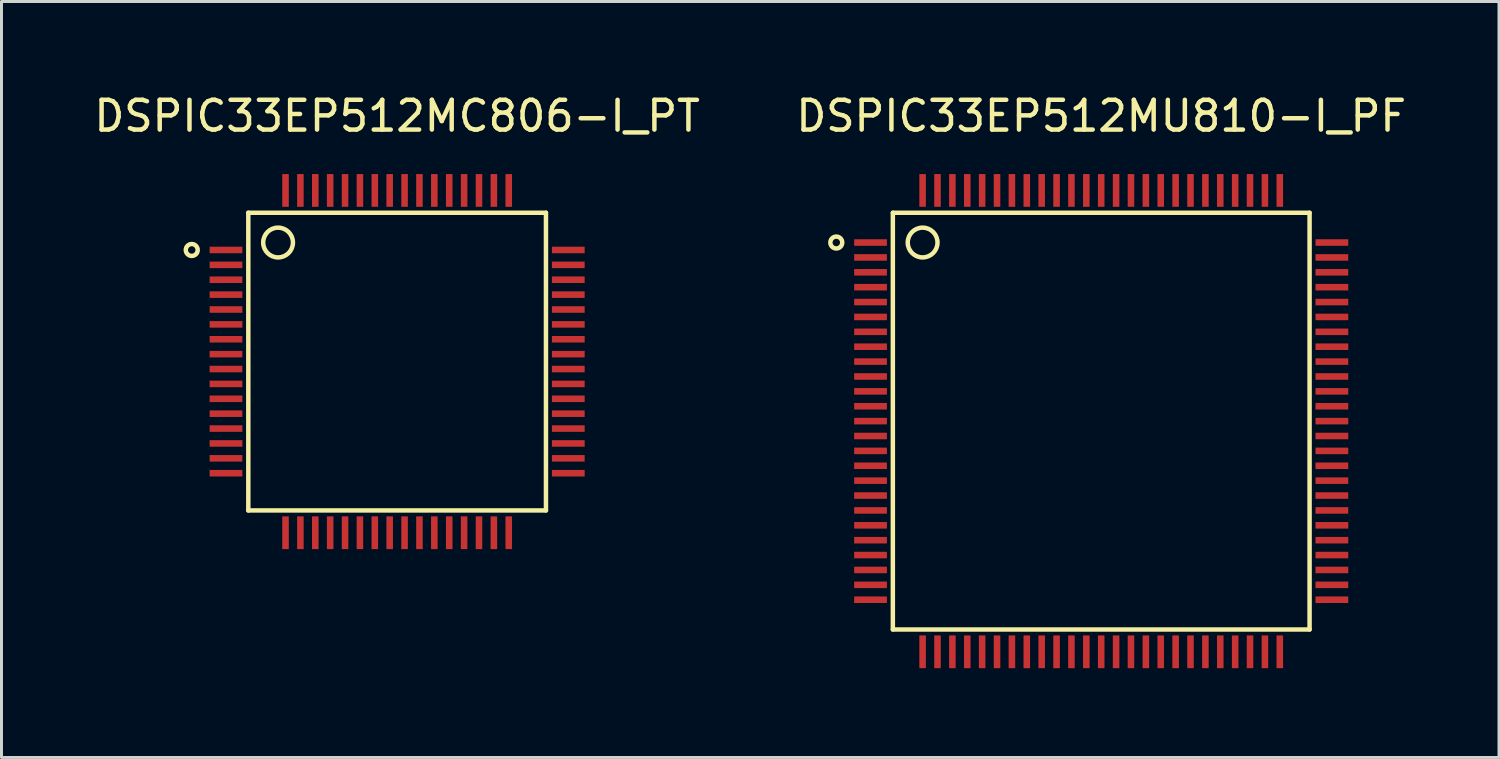
<source format=kicad_pcb>
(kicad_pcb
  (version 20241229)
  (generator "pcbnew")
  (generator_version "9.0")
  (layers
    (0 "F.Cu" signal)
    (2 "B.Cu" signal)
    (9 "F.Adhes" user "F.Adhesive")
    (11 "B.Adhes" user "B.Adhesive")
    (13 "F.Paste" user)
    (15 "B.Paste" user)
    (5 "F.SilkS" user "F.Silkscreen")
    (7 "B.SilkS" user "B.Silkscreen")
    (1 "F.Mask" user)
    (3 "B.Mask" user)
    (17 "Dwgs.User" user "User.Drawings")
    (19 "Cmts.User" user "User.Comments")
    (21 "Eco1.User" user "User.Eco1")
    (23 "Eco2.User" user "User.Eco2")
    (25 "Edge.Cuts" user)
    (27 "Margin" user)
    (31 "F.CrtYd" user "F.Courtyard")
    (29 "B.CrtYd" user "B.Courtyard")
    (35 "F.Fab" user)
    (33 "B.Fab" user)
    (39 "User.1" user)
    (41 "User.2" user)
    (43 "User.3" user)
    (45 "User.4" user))
  (footprint "DSPIC33EP512MU810-I_PF"
    (layer "F.Cu")
    (at 26.196 3.348)
    (property "Reference" "DSPIC33EP512MU810-I_PF" (at 7.75 -2.5 0) (layer "F.SilkS") (effects (font (size 1 1) (thickness 0.15))))
    (attr through_hole)
    (fp_line (start 0.75 0.75) (end 0.75 14.75) (stroke (width 0.15) (type solid)) (layer "F.SilkS"))
    (fp_line (start 0.75 0.75) (end 14.75 0.75) (stroke (width 0.15) (type solid)) (layer "F.SilkS"))
    (fp_line (start 0.75 14.75) (end 14.75 14.75) (stroke (width 0.15) (type solid)) (layer "F.SilkS"))
    (fp_line (start 14.75 14.75) (end 14.75 0.75) (stroke (width 0.15) (type solid)) (layer "F.SilkS"))
    (fp_circle (center -1.15 1.75) (end -1.15 1.55) (stroke (width 0.15) (type solid)) (fill no) (layer "F.SilkS"))
    (fp_circle (center 1.75 1.75) (end 1.75 1.25) (stroke (width 0.15) (type solid)) (fill no) (layer "F.SilkS"))
    (pad "1" smd rect (at 0 1.75) (size 1.1 0.22) (layers "F.Cu" "F.Mask" "F.Paste"))
    (pad "2" smd rect (at 0 2.25) (size 1.1 0.22) (layers "F.Cu" "F.Mask" "F.Paste"))
    (pad "3" smd rect (at 0 2.75) (size 1.1 0.22) (layers "F.Cu" "F.Mask" "F.Paste"))
    (pad "4" smd rect (at 0 3.25) (size 1.1 0.22) (layers "F.Cu" "F.Mask" "F.Paste"))
    (pad "5" smd rect (at 0 3.75) (size 1.1 0.22) (layers "F.Cu" "F.Mask" "F.Paste"))
    (pad "6" smd rect (at 0 4.25) (size 1.1 0.22) (layers "F.Cu" "F.Mask" "F.Paste"))
    (pad "7" smd rect (at 0 4.75) (size 1.1 0.22) (layers "F.Cu" "F.Mask" "F.Paste"))
    (pad "8" smd rect (at 0 5.25) (size 1.1 0.22) (layers "F.Cu" "F.Mask" "F.Paste"))
    (pad "9" smd rect (at 0 5.75) (size 1.1 0.22) (layers "F.Cu" "F.Mask" "F.Paste"))
    (pad "10" smd rect (at 0 6.25) (size 1.1 0.22) (layers "F.Cu" "F.Mask" "F.Paste"))
    (pad "11" smd rect (at 0 6.75) (size 1.1 0.22) (layers "F.Cu" "F.Mask" "F.Paste"))
    (pad "12" smd rect (at 0 7.25) (size 1.1 0.22) (layers "F.Cu" "F.Mask" "F.Paste"))
    (pad "13" smd rect (at 0 7.75) (size 1.1 0.22) (layers "F.Cu" "F.Mask" "F.Paste"))
    (pad "14" smd rect (at 0 8.25) (size 1.1 0.22) (layers "F.Cu" "F.Mask" "F.Paste"))
    (pad "15" smd rect (at 0 8.75) (size 1.1 0.22) (layers "F.Cu" "F.Mask" "F.Paste"))
    (pad "16" smd rect (at 0 9.25) (size 1.1 0.22) (layers "F.Cu" "F.Mask" "F.Paste"))
    (pad "17" smd rect (at 0 9.75) (size 1.1 0.22) (layers "F.Cu" "F.Mask" "F.Paste"))
    (pad "18" smd rect (at 0 10.25) (size 1.1 0.22) (layers "F.Cu" "F.Mask" "F.Paste"))
    (pad "19" smd rect (at 0 10.75) (size 1.1 0.22) (layers "F.Cu" "F.Mask" "F.Paste"))
    (pad "20" smd rect (at 0 11.25) (size 1.1 0.22) (layers "F.Cu" "F.Mask" "F.Paste"))
    (pad "21" smd rect (at 0 11.75) (size 1.1 0.22) (layers "F.Cu" "F.Mask" "F.Paste"))
    (pad "22" smd rect (at 0 12.25) (size 1.1 0.22) (layers "F.Cu" "F.Mask" "F.Paste"))
    (pad "23" smd rect (at 0 12.75) (size 1.1 0.22) (layers "F.Cu" "F.Mask" "F.Paste"))
    (pad "24" smd rect (at 0 13.25) (size 1.1 0.22) (layers "F.Cu" "F.Mask" "F.Paste"))
    (pad "25" smd rect (at 0 13.75) (size 1.1 0.22) (layers "F.Cu" "F.Mask" "F.Paste"))
    (pad "26" smd rect (at 1.75 15.5) (size 0.22 1.1) (layers "F.Cu" "F.Mask" "F.Paste"))
    (pad "27" smd rect (at 2.25 15.5) (size 0.22 1.1) (layers "F.Cu" "F.Mask" "F.Paste"))
    (pad "28" smd rect (at 2.75 15.5) (size 0.22 1.1) (layers "F.Cu" "F.Mask" "F.Paste"))
    (pad "29" smd rect (at 3.25 15.5) (size 0.22 1.1) (layers "F.Cu" "F.Mask" "F.Paste"))
    (pad "30" smd rect (at 3.75 15.5) (size 0.22 1.1) (layers "F.Cu" "F.Mask" "F.Paste"))
    (pad "31" smd rect (at 4.25 15.5) (size 0.22 1.1) (layers "F.Cu" "F.Mask" "F.Paste"))
    (pad "32" smd rect (at 4.75 15.5) (size 0.22 1.1) (layers "F.Cu" "F.Mask" "F.Paste"))
    (pad "33" smd rect (at 5.25 15.5) (size 0.22 1.1) (layers "F.Cu" "F.Mask" "F.Paste"))
    (pad "34" smd rect (at 5.75 15.5) (size 0.22 1.1) (layers "F.Cu" "F.Mask" "F.Paste"))
    (pad "35" smd rect (at 6.25 15.5) (size 0.22 1.1) (layers "F.Cu" "F.Mask" "F.Paste"))
    (pad "36" smd rect (at 6.75 15.5) (size 0.22 1.1) (layers "F.Cu" "F.Mask" "F.Paste"))
    (pad "37" smd rect (at 7.25 15.5) (size 0.22 1.1) (layers "F.Cu" "F.Mask" "F.Paste"))
    (pad "38" smd rect (at 7.75 15.5) (size 0.22 1.1) (layers "F.Cu" "F.Mask" "F.Paste"))
    (pad "39" smd rect (at 8.25 15.5) (size 0.22 1.1) (layers "F.Cu" "F.Mask" "F.Paste"))
    (pad "40" smd rect (at 8.75 15.5) (size 0.22 1.1) (layers "F.Cu" "F.Mask" "F.Paste"))
    (pad "41" smd rect (at 9.25 15.5) (size 0.22 1.1) (layers "F.Cu" "F.Mask" "F.Paste"))
    (pad "42" smd rect (at 9.75 15.5) (size 0.22 1.1) (layers "F.Cu" "F.Mask" "F.Paste"))
    (pad "43" smd rect (at 10.25 15.5) (size 0.22 1.1) (layers "F.Cu" "F.Mask" "F.Paste"))
    (pad "44" smd rect (at 10.75 15.5) (size 0.22 1.1) (layers "F.Cu" "F.Mask" "F.Paste"))
    (pad "45" smd rect (at 11.25 15.5) (size 0.22 1.1) (layers "F.Cu" "F.Mask" "F.Paste"))
    (pad "46" smd rect (at 11.75 15.5) (size 0.22 1.1) (layers "F.Cu" "F.Mask" "F.Paste"))
    (pad "47" smd rect (at 12.25 15.5) (size 0.22 1.1) (layers "F.Cu" "F.Mask" "F.Paste"))
    (pad "48" smd rect (at 12.75 15.5) (size 0.22 1.1) (layers "F.Cu" "F.Mask" "F.Paste"))
    (pad "49" smd rect (at 13.25 15.5) (size 0.22 1.1) (layers "F.Cu" "F.Mask" "F.Paste"))
    (pad "50" smd rect (at 13.75 15.5) (size 0.22 1.1) (layers "F.Cu" "F.Mask" "F.Paste"))
    (pad "51" smd rect (at 15.5 13.75) (size 1.1 0.22) (layers "F.Cu" "F.Mask" "F.Paste"))
    (pad "52" smd rect (at 15.5 13.25) (size 1.1 0.22) (layers "F.Cu" "F.Mask" "F.Paste"))
    (pad "53" smd rect (at 15.5 12.75) (size 1.1 0.22) (layers "F.Cu" "F.Mask" "F.Paste"))
    (pad "54" smd rect (at 15.5 12.25) (size 1.1 0.22) (layers "F.Cu" "F.Mask" "F.Paste"))
    (pad "55" smd rect (at 15.5 11.75) (size 1.1 0.22) (layers "F.Cu" "F.Mask" "F.Paste"))
    (pad "56" smd rect (at 15.5 11.25) (size 1.1 0.22) (layers "F.Cu" "F.Mask" "F.Paste"))
    (pad "57" smd rect (at 15.5 10.75) (size 1.1 0.22) (layers "F.Cu" "F.Mask" "F.Paste"))
    (pad "58" smd rect (at 15.5 10.25) (size 1.1 0.22) (layers "F.Cu" "F.Mask" "F.Paste"))
    (pad "59" smd rect (at 15.5 9.75) (size 1.1 0.22) (layers "F.Cu" "F.Mask" "F.Paste"))
    (pad "60" smd rect (at 15.5 9.25) (size 1.1 0.22) (layers "F.Cu" "F.Mask" "F.Paste"))
    (pad "61" smd rect (at 15.5 8.75) (size 1.1 0.22) (layers "F.Cu" "F.Mask" "F.Paste"))
    (pad "62" smd rect (at 15.5 8.25) (size 1.1 0.22) (layers "F.Cu" "F.Mask" "F.Paste"))
    (pad "63" smd rect (at 15.5 7.75) (size 1.1 0.22) (layers "F.Cu" "F.Mask" "F.Paste"))
    (pad "64" smd rect (at 15.5 7.25) (size 1.1 0.22) (layers "F.Cu" "F.Mask" "F.Paste"))
    (pad "65" smd rect (at 15.5 6.75) (size 1.1 0.22) (layers "F.Cu" "F.Mask" "F.Paste"))
    (pad "66" smd rect (at 15.5 6.25) (size 1.1 0.22) (layers "F.Cu" "F.Mask" "F.Paste"))
    (pad "67" smd rect (at 15.5 5.75) (size 1.1 0.22) (layers "F.Cu" "F.Mask" "F.Paste"))
    (pad "68" smd rect (at 15.5 5.25) (size 1.1 0.22) (layers "F.Cu" "F.Mask" "F.Paste"))
    (pad "69" smd rect (at 15.5 4.75) (size 1.1 0.22) (layers "F.Cu" "F.Mask" "F.Paste"))
    (pad "70" smd rect (at 15.5 4.25) (size 1.1 0.22) (layers "F.Cu" "F.Mask" "F.Paste"))
    (pad "71" smd rect (at 15.5 3.75) (size 1.1 0.22) (layers "F.Cu" "F.Mask" "F.Paste"))
    (pad "72" smd rect (at 15.5 3.25) (size 1.1 0.22) (layers "F.Cu" "F.Mask" "F.Paste"))
    (pad "73" smd rect (at 15.5 2.75) (size 1.1 0.22) (layers "F.Cu" "F.Mask" "F.Paste"))
    (pad "74" smd rect (at 15.5 2.25) (size 1.1 0.22) (layers "F.Cu" "F.Mask" "F.Paste"))
    (pad "75" smd rect (at 15.5 1.75) (size 1.1 0.22) (layers "F.Cu" "F.Mask" "F.Paste"))
    (pad "76" smd rect (at 13.75 0) (size 0.22 1.1) (layers "F.Cu" "F.Mask" "F.Paste"))
    (pad "77" smd rect (at 13.25 0) (size 0.22 1.1) (layers "F.Cu" "F.Mask" "F.Paste"))
    (pad "78" smd rect (at 12.75 0) (size 0.22 1.1) (layers "F.Cu" "F.Mask" "F.Paste"))
    (pad "79" smd rect (at 12.25 0) (size 0.22 1.1) (layers "F.Cu" "F.Mask" "F.Paste"))
    (pad "80" smd rect (at 11.75 0) (size 0.22 1.1) (layers "F.Cu" "F.Mask" "F.Paste"))
    (pad "81" smd rect (at 11.25 0) (size 0.22 1.1) (layers "F.Cu" "F.Mask" "F.Paste"))
    (pad "82" smd rect (at 10.75 0) (size 0.22 1.1) (layers "F.Cu" "F.Mask" "F.Paste"))
    (pad "83" smd rect (at 10.25 0) (size 0.22 1.1) (layers "F.Cu" "F.Mask" "F.Paste"))
    (pad "84" smd rect (at 9.75 0) (size 0.22 1.1) (layers "F.Cu" "F.Mask" "F.Paste"))
    (pad "85" smd rect (at 9.25 0) (size 0.22 1.1) (layers "F.Cu" "F.Mask" "F.Paste"))
    (pad "86" smd rect (at 8.75 0) (size 0.22 1.1) (layers "F.Cu" "F.Mask" "F.Paste"))
    (pad "87" smd rect (at 8.25 0) (size 0.22 1.1) (layers "F.Cu" "F.Mask" "F.Paste"))
    (pad "88" smd rect (at 7.75 0) (size 0.22 1.1) (layers "F.Cu" "F.Mask" "F.Paste"))
    (pad "89" smd rect (at 7.25 0) (size 0.22 1.1) (layers "F.Cu" "F.Mask" "F.Paste"))
    (pad "90" smd rect (at 6.75 0) (size 0.22 1.1) (layers "F.Cu" "F.Mask" "F.Paste"))
    (pad "91" smd rect (at 6.25 0) (size 0.22 1.1) (layers "F.Cu" "F.Mask" "F.Paste"))
    (pad "92" smd rect (at 5.75 0) (size 0.22 1.1) (layers "F.Cu" "F.Mask" "F.Paste"))
    (pad "93" smd rect (at 5.25 0) (size 0.22 1.1) (layers "F.Cu" "F.Mask" "F.Paste"))
    (pad "94" smd rect (at 4.75 0) (size 0.22 1.1) (layers "F.Cu" "F.Mask" "F.Paste"))
    (pad "95" smd rect (at 4.25 0) (size 0.22 1.1) (layers "F.Cu" "F.Mask" "F.Paste"))
    (pad "96" smd rect (at 3.75 0) (size 0.22 1.1) (layers "F.Cu" "F.Mask" "F.Paste"))
    (pad "97" smd rect (at 3.25 0) (size 0.22 1.1) (layers "F.Cu" "F.Mask" "F.Paste"))
    (pad "98" smd rect (at 2.75 0) (size 0.22 1.1) (layers "F.Cu" "F.Mask" "F.Paste"))
    (pad "99" smd rect (at 2.25 0) (size 0.22 1.1) (layers "F.Cu" "F.Mask" "F.Paste"))
    (pad "100" smd rect (at 1.75 0) (size 0.22 1.1) (layers "F.Cu" "F.Mask" "F.Paste")))
  (footprint "DSPIC33EP512MC806-I_PT"
    (layer "F.Cu")
    (at 4.542 3.348)
    (property "Reference" "DSPIC33EP512MC806-I_PT" (at 5.75 -2.5 0) (layer "F.SilkS") (effects (font (size 1 1) (thickness 0.15))))
    (attr through_hole)
    (fp_line (start 0.75 0.75) (end 0.75 10.75) (stroke (width 0.15) (type solid)) (layer "F.SilkS"))
    (fp_line (start 0.75 0.75) (end 10.75 0.75) (stroke (width 0.15) (type solid)) (layer "F.SilkS"))
    (fp_line (start 0.75 10.75) (end 10.75 10.75) (stroke (width 0.15) (type solid)) (layer "F.SilkS"))
    (fp_line (start 10.75 10.75) (end 10.75 0.75) (stroke (width 0.15) (type solid)) (layer "F.SilkS"))
    (fp_circle (center -1.15 2) (end -1.15 1.8) (stroke (width 0.15) (type solid)) (fill no) (layer "F.SilkS"))
    (fp_circle (center 1.75 1.75) (end 1.75 1.25) (stroke (width 0.15) (type solid)) (fill no) (layer "F.SilkS"))
    (pad "1" smd rect (at 0 2) (size 1.1 0.22) (layers "F.Cu" "F.Mask" "F.Paste"))
    (pad "2" smd rect (at 0 2.5) (size 1.1 0.22) (layers "F.Cu" "F.Mask" "F.Paste"))
    (pad "3" smd rect (at 0 3) (size 1.1 0.22) (layers "F.Cu" "F.Mask" "F.Paste"))
    (pad "4" smd rect (at 0 3.5) (size 1.1 0.22) (layers "F.Cu" "F.Mask" "F.Paste"))
    (pad "5" smd rect (at 0 4) (size 1.1 0.22) (layers "F.Cu" "F.Mask" "F.Paste"))
    (pad "6" smd rect (at 0 4.5) (size 1.1 0.22) (layers "F.Cu" "F.Mask" "F.Paste"))
    (pad "7" smd rect (at 0 5) (size 1.1 0.22) (layers "F.Cu" "F.Mask" "F.Paste"))
    (pad "8" smd rect (at 0 5.5) (size 1.1 0.22) (layers "F.Cu" "F.Mask" "F.Paste"))
    (pad "9" smd rect (at 0 6) (size 1.1 0.22) (layers "F.Cu" "F.Mask" "F.Paste"))
    (pad "10" smd rect (at 0 6.5) (size 1.1 0.22) (layers "F.Cu" "F.Mask" "F.Paste"))
    (pad "11" smd rect (at 0 7) (size 1.1 0.22) (layers "F.Cu" "F.Mask" "F.Paste"))
    (pad "12" smd rect (at 0 7.5) (size 1.1 0.22) (layers "F.Cu" "F.Mask" "F.Paste"))
    (pad "13" smd rect (at 0 8) (size 1.1 0.22) (layers "F.Cu" "F.Mask" "F.Paste"))
    (pad "14" smd rect (at 0 8.5) (size 1.1 0.22) (layers "F.Cu" "F.Mask" "F.Paste"))
    (pad "15" smd rect (at 0 9) (size 1.1 0.22) (layers "F.Cu" "F.Mask" "F.Paste"))
    (pad "16" smd rect (at 0 9.5) (size 1.1 0.22) (layers "F.Cu" "F.Mask" "F.Paste"))
    (pad "17" smd rect (at 2 11.5) (size 0.22 1.1) (layers "F.Cu" "F.Mask" "F.Paste"))
    (pad "18" smd rect (at 2.5 11.5) (size 0.22 1.1) (layers "F.Cu" "F.Mask" "F.Paste"))
    (pad "19" smd rect (at 3 11.5) (size 0.22 1.1) (layers "F.Cu" "F.Mask" "F.Paste"))
    (pad "20" smd rect (at 3.5 11.5) (size 0.22 1.1) (layers "F.Cu" "F.Mask" "F.Paste"))
    (pad "21" smd rect (at 4 11.5) (size 0.22 1.1) (layers "F.Cu" "F.Mask" "F.Paste"))
    (pad "22" smd rect (at 4.5 11.5) (size 0.22 1.1) (layers "F.Cu" "F.Mask" "F.Paste"))
    (pad "23" smd rect (at 5 11.5) (size 0.22 1.1) (layers "F.Cu" "F.Mask" "F.Paste"))
    (pad "24" smd rect (at 5.5 11.5) (size 0.22 1.1) (layers "F.Cu" "F.Mask" "F.Paste"))
    (pad "25" smd rect (at 6 11.5) (size 0.22 1.1) (layers "F.Cu" "F.Mask" "F.Paste"))
    (pad "26" smd rect (at 6.5 11.5) (size 0.22 1.1) (layers "F.Cu" "F.Mask" "F.Paste"))
    (pad "27" smd rect (at 7 11.5) (size 0.22 1.1) (layers "F.Cu" "F.Mask" "F.Paste"))
    (pad "28" smd rect (at 7.5 11.5) (size 0.22 1.1) (layers "F.Cu" "F.Mask" "F.Paste"))
    (pad "29" smd rect (at 8 11.5) (size 0.22 1.1) (layers "F.Cu" "F.Mask" "F.Paste"))
    (pad "30" smd rect (at 8.5 11.5) (size 0.22 1.1) (layers "F.Cu" "F.Mask" "F.Paste"))
    (pad "31" smd rect (at 9 11.5) (size 0.22 1.1) (layers "F.Cu" "F.Mask" "F.Paste"))
    (pad "32" smd rect (at 9.5 11.5) (size 0.22 1.1) (layers "F.Cu" "F.Mask" "F.Paste"))
    (pad "33" smd rect (at 11.5 9.5) (size 1.1 0.22) (layers "F.Cu" "F.Mask" "F.Paste"))
    (pad "34" smd rect (at 11.5 9) (size 1.1 0.22) (layers "F.Cu" "F.Mask" "F.Paste"))
    (pad "35" smd rect (at 11.5 8.5) (size 1.1 0.22) (layers "F.Cu" "F.Mask" "F.Paste"))
    (pad "36" smd rect (at 11.5 8) (size 1.1 0.22) (layers "F.Cu" "F.Mask" "F.Paste"))
    (pad "37" smd rect (at 11.5 7.5) (size 1.1 0.22) (layers "F.Cu" "F.Mask" "F.Paste"))
    (pad "38" smd rect (at 11.5 7) (size 1.1 0.22) (layers "F.Cu" "F.Mask" "F.Paste"))
    (pad "39" smd rect (at 11.5 6.5) (size 1.1 0.22) (layers "F.Cu" "F.Mask" "F.Paste"))
    (pad "40" smd rect (at 11.5 6) (size 1.1 0.22) (layers "F.Cu" "F.Mask" "F.Paste"))
    (pad "41" smd rect (at 11.5 5.5) (size 1.1 0.22) (layers "F.Cu" "F.Mask" "F.Paste"))
    (pad "42" smd rect (at 11.5 5) (size 1.1 0.22) (layers "F.Cu" "F.Mask" "F.Paste"))
    (pad "43" smd rect (at 11.5 4.5) (size 1.1 0.22) (layers "F.Cu" "F.Mask" "F.Paste"))
    (pad "44" smd rect (at 11.5 4) (size 1.1 0.22) (layers "F.Cu" "F.Mask" "F.Paste"))
    (pad "45" smd rect (at 11.5 3.5) (size 1.1 0.22) (layers "F.Cu" "F.Mask" "F.Paste"))
    (pad "46" smd rect (at 11.5 3) (size 1.1 0.22) (layers "F.Cu" "F.Mask" "F.Paste"))
    (pad "47" smd rect (at 11.5 2.5) (size 1.1 0.22) (layers "F.Cu" "F.Mask" "F.Paste"))
    (pad "48" smd rect (at 11.5 2) (size 1.1 0.22) (layers "F.Cu" "F.Mask" "F.Paste"))
    (pad "49" smd rect (at 9.5 0) (size 0.22 1.1) (layers "F.Cu" "F.Mask" "F.Paste"))
    (pad "50" smd rect (at 9 0) (size 0.22 1.1) (layers "F.Cu" "F.Mask" "F.Paste"))
    (pad "51" smd rect (at 8.5 0) (size 0.22 1.1) (layers "F.Cu" "F.Mask" "F.Paste"))
    (pad "52" smd rect (at 8 0) (size 0.22 1.1) (layers "F.Cu" "F.Mask" "F.Paste"))
    (pad "53" smd rect (at 7.5 0) (size 0.22 1.1) (layers "F.Cu" "F.Mask" "F.Paste"))
    (pad "54" smd rect (at 7 0) (size 0.22 1.1) (layers "F.Cu" "F.Mask" "F.Paste"))
    (pad "55" smd rect (at 6.5 0) (size 0.22 1.1) (layers "F.Cu" "F.Mask" "F.Paste"))
    (pad "56" smd rect (at 6 0) (size 0.22 1.1) (layers "F.Cu" "F.Mask" "F.Paste"))
    (pad "57" smd rect (at 5.5 0) (size 0.22 1.1) (layers "F.Cu" "F.Mask" "F.Paste"))
    (pad "58" smd rect (at 5 0) (size 0.22 1.1) (layers "F.Cu" "F.Mask" "F.Paste"))
    (pad "59" smd rect (at 4.5 0) (size 0.22 1.1) (layers "F.Cu" "F.Mask" "F.Paste"))
    (pad "60" smd rect (at 4 0) (size 0.22 1.1) (layers "F.Cu" "F.Mask" "F.Paste"))
    (pad "61" smd rect (at 3.5 0) (size 0.22 1.1) (layers "F.Cu" "F.Mask" "F.Paste"))
    (pad "62" smd rect (at 3 0) (size 0.22 1.1) (layers "F.Cu" "F.Mask" "F.Paste"))
    (pad "63" smd rect (at 2.5 0) (size 0.22 1.1) (layers "F.Cu" "F.Mask" "F.Paste"))
    (pad "64" smd rect (at 2 0) (size 0.22 1.1) (layers "F.Cu" "F.Mask" "F.Paste")))
  (gr_rect
    (start -3 -3)
    (end 47.31 22.398)
    (stroke (width 0.1) (type default))
    (fill no)
    (layer "Edge.Cuts")))
</source>
